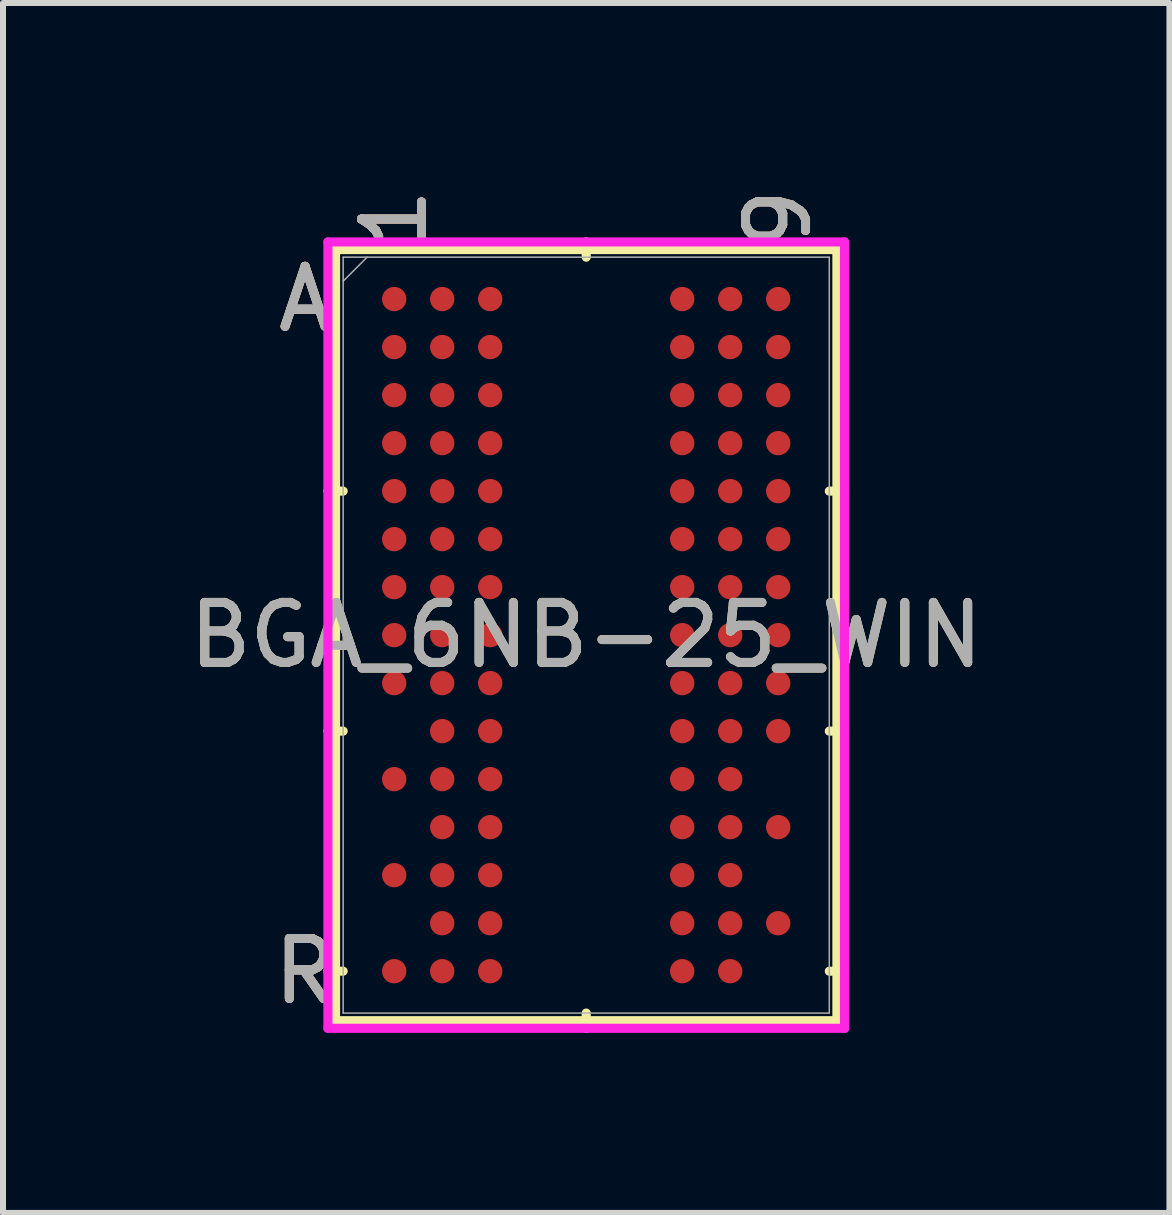
<source format=kicad_pcb>
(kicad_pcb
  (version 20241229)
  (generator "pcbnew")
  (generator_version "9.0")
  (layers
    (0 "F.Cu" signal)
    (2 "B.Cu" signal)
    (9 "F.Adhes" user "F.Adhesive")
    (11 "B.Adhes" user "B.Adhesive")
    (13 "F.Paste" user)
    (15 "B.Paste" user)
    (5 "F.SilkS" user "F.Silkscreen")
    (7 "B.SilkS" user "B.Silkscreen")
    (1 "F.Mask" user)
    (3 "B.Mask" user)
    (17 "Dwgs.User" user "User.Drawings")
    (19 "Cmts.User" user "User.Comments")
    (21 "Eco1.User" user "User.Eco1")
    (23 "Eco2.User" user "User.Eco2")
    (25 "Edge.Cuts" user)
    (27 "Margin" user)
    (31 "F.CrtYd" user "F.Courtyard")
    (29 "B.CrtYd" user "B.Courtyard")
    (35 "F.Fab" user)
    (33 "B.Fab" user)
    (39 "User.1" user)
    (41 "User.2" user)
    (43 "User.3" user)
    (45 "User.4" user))
  (footprint "BGA_6NB-25_WIN"
    (layer "F.Cu")
    (at 6.72 7.535)
    (property "Reference" "BGA_6NB-25_WIN" (at 0 0 0) (unlocked yes) (layer "F.SilkS") (effects (font (size 1 1) (thickness 0.15))))
    (attr smd)
    (fp_line (start -4.178 -6.426) (end -4.178 6.426) (stroke (width 0.152) (type solid)) (layer "F.SilkS"))
    (fp_line (start -4.178 6.426) (end 4.178 6.426) (stroke (width 0.152) (type solid)) (layer "F.SilkS"))
    (fp_line (start -4.051 -2.4) (end -4.305 -2.4) (stroke (width 0.152) (type solid)) (layer "F.SilkS"))
    (fp_line (start -4.051 1.6) (end -4.305 1.6) (stroke (width 0.152) (type solid)) (layer "F.SilkS"))
    (fp_line (start -4.051 5.601) (end -4.305 5.601) (stroke (width 0.152) (type solid)) (layer "F.SilkS"))
    (fp_line (start 0 -6.299) (end 0 -6.553) (stroke (width 0.152) (type solid)) (layer "F.SilkS"))
    (fp_line (start 0 6.299) (end 0 6.553) (stroke (width 0.152) (type solid)) (layer "F.SilkS"))
    (fp_line (start 4.051 -2.4) (end 4.305 -2.4) (stroke (width 0.152) (type solid)) (layer "F.SilkS"))
    (fp_line (start 4.051 1.6) (end 4.305 1.6) (stroke (width 0.152) (type solid)) (layer "F.SilkS"))
    (fp_line (start 4.051 5.601) (end 4.305 5.601) (stroke (width 0.152) (type solid)) (layer "F.SilkS"))
    (fp_line (start 4.178 -6.426) (end -4.178 -6.426) (stroke (width 0.152) (type solid)) (layer "F.SilkS"))
    (fp_line (start 4.178 6.426) (end 4.178 -6.426) (stroke (width 0.152) (type solid)) (layer "F.SilkS"))
    (fp_poly (pts (xy -4.045 -6.445) (xy 4.045 -6.445) (xy 4.045 6.445) (xy -4.045 6.445)) (stroke (width 0.1) (type solid)) (fill no) (layer "Eco2.User"))
    (fp_line (start -4.305 -6.553) (end 4.305 -6.553) (stroke (width 0.152) (type solid)) (layer "F.CrtYd"))
    (fp_line (start -4.305 6.553) (end -4.305 -6.553) (stroke (width 0.152) (type solid)) (layer "F.CrtYd"))
    (fp_line (start 4.305 -6.553) (end 4.305 6.553) (stroke (width 0.152) (type solid)) (layer "F.CrtYd"))
    (fp_line (start 4.305 6.553) (end -4.305 6.553) (stroke (width 0.152) (type solid)) (layer "F.CrtYd"))
    (fp_line (start -4.051 -6.299) (end -4.051 6.299) (stroke (width 0.025) (type solid)) (layer "F.Fab"))
    (fp_line (start -4.051 6.299) (end 4.051 6.299) (stroke (width 0.025) (type solid)) (layer "F.Fab"))
    (fp_line (start -3.651 -6.299) (end -4.051 -5.899) (stroke (width 0.025) (type solid)) (layer "F.Fab"))
    (fp_line (start 4.051 -6.299) (end -4.051 -6.299) (stroke (width 0.025) (type solid)) (layer "F.Fab"))
    (fp_line (start 4.051 6.299) (end 4.051 -6.299) (stroke (width 0.025) (type solid)) (layer "F.Fab"))
    (fp_text user "A" (at -4.686 -5.601 0) (unlocked yes) (layer "F.SilkS") (effects (font (size 1 1) (thickness 0.15))))
    (fp_text user "R" (at -4.686 5.601 0) (unlocked yes) (layer "F.SilkS") (effects (font (size 1 1) (thickness 0.15))))
    (fp_text user "1" (at -3.2 -6.934 90) (unlocked yes) (layer "F.SilkS") (effects (font (size 1 1) (thickness 0.15))))
    (fp_text user "9" (at 3.2 -6.934 90) (unlocked yes) (layer "F.SilkS") (effects (font (size 1 1) (thickness 0.15))))
    (fp_text user "1" (at -3.2 -6.934 90) (unlocked yes) (layer "B.SilkS") (effects (font (size 1 1) (thickness 0.15))))
    (fp_text user "9" (at 3.2 -6.934 90) (unlocked yes) (layer "B.SilkS") (effects (font (size 1 1) (thickness 0.15))))
    (fp_text user "A" (at -4.686 -5.601 0) (unlocked yes) (layer "B.SilkS") (effects (font (size 1 1) (thickness 0.15))))
    (fp_text user "R" (at -4.686 5.601 0) (unlocked yes) (layer "B.SilkS") (effects (font (size 1 1) (thickness 0.15))))
    (fp_text user "1" (at -3.2 -6.934 90) (unlocked yes) (layer "F.Fab") (effects (font (size 1 1) (thickness 0.15))))
    (fp_text user "${REFERENCE}" (at 0 0 0) (unlocked yes) (layer "F.Fab") (effects (font (size 1 1) (thickness 0.15))))
    (fp_text user "9" (at 3.2 -6.934 90) (unlocked yes) (layer "F.Fab") (effects (font (size 1 1) (thickness 0.15))))
    (fp_text user "A" (at -4.686 -5.601 0) (unlocked yes) (layer "F.Fab") (effects (font (size 1 1) (thickness 0.15))))
    (fp_text user "R" (at -4.686 5.601 0) (unlocked yes) (layer "F.Fab") (effects (font (size 1 1) (thickness 0.15))))
    (pad "A1" smd circle (at -3.2 -5.601) (size 0.406 0.406) (layers "F.Cu" "F.Mask" "F.Paste"))
    (pad "A2" smd circle (at -2.4 -5.601) (size 0.406 0.406) (layers "F.Cu" "F.Mask" "F.Paste"))
    (pad "A3" smd circle (at -1.6 -5.601) (size 0.406 0.406) (layers "F.Cu" "F.Mask" "F.Paste"))
    (pad "A7" smd circle (at 1.6 -5.601) (size 0.406 0.406) (layers "F.Cu" "F.Mask" "F.Paste"))
    (pad "A8" smd circle (at 2.4 -5.601) (size 0.406 0.406) (layers "F.Cu" "F.Mask" "F.Paste"))
    (pad "A9" smd circle (at 3.2 -5.601) (size 0.406 0.406) (layers "F.Cu" "F.Mask" "F.Paste"))
    (pad "B1" smd circle (at -3.2 -4.801) (size 0.406 0.406) (layers "F.Cu" "F.Mask" "F.Paste"))
    (pad "B2" smd circle (at -2.4 -4.801) (size 0.406 0.406) (layers "F.Cu" "F.Mask" "F.Paste"))
    (pad "B3" smd circle (at -1.6 -4.801) (size 0.406 0.406) (layers "F.Cu" "F.Mask" "F.Paste"))
    (pad "B7" smd circle (at 1.6 -4.801) (size 0.406 0.406) (layers "F.Cu" "F.Mask" "F.Paste"))
    (pad "B8" smd circle (at 2.4 -4.801) (size 0.406 0.406) (layers "F.Cu" "F.Mask" "F.Paste"))
    (pad "B9" smd circle (at 3.2 -4.801) (size 0.406 0.406) (layers "F.Cu" "F.Mask" "F.Paste"))
    (pad "C1" smd circle (at -3.2 -4) (size 0.406 0.406) (layers "F.Cu" "F.Mask" "F.Paste"))
    (pad "C2" smd circle (at -2.4 -4) (size 0.406 0.406) (layers "F.Cu" "F.Mask" "F.Paste"))
    (pad "C3" smd circle (at -1.6 -4) (size 0.406 0.406) (layers "F.Cu" "F.Mask" "F.Paste"))
    (pad "C7" smd circle (at 1.6 -4) (size 0.406 0.406) (layers "F.Cu" "F.Mask" "F.Paste"))
    (pad "C8" smd circle (at 2.4 -4) (size 0.406 0.406) (layers "F.Cu" "F.Mask" "F.Paste"))
    (pad "C9" smd circle (at 3.2 -4) (size 0.406 0.406) (layers "F.Cu" "F.Mask" "F.Paste"))
    (pad "D1" smd circle (at -3.2 -3.2) (size 0.406 0.406) (layers "F.Cu" "F.Mask" "F.Paste"))
    (pad "D2" smd circle (at -2.4 -3.2) (size 0.406 0.406) (layers "F.Cu" "F.Mask" "F.Paste"))
    (pad "D3" smd circle (at -1.6 -3.2) (size 0.406 0.406) (layers "F.Cu" "F.Mask" "F.Paste"))
    (pad "D7" smd circle (at 1.6 -3.2) (size 0.406 0.406) (layers "F.Cu" "F.Mask" "F.Paste"))
    (pad "D8" smd circle (at 2.4 -3.2) (size 0.406 0.406) (layers "F.Cu" "F.Mask" "F.Paste"))
    (pad "D9" smd circle (at 3.2 -3.2) (size 0.406 0.406) (layers "F.Cu" "F.Mask" "F.Paste"))
    (pad "E1" smd circle (at -3.2 -2.4) (size 0.406 0.406) (layers "F.Cu" "F.Mask" "F.Paste"))
    (pad "E2" smd circle (at -2.4 -2.4) (size 0.406 0.406) (layers "F.Cu" "F.Mask" "F.Paste"))
    (pad "E3" smd circle (at -1.6 -2.4) (size 0.406 0.406) (layers "F.Cu" "F.Mask" "F.Paste"))
    (pad "E7" smd circle (at 1.6 -2.4) (size 0.406 0.406) (layers "F.Cu" "F.Mask" "F.Paste"))
    (pad "E8" smd circle (at 2.4 -2.4) (size 0.406 0.406) (layers "F.Cu" "F.Mask" "F.Paste"))
    (pad "E9" smd circle (at 3.2 -2.4) (size 0.406 0.406) (layers "F.Cu" "F.Mask" "F.Paste"))
    (pad "F1" smd circle (at -3.2 -1.6) (size 0.406 0.406) (layers "F.Cu" "F.Mask" "F.Paste"))
    (pad "F2" smd circle (at -2.4 -1.6) (size 0.406 0.406) (layers "F.Cu" "F.Mask" "F.Paste"))
    (pad "F3" smd circle (at -1.6 -1.6) (size 0.406 0.406) (layers "F.Cu" "F.Mask" "F.Paste"))
    (pad "F7" smd circle (at 1.6 -1.6) (size 0.406 0.406) (layers "F.Cu" "F.Mask" "F.Paste"))
    (pad "F8" smd circle (at 2.4 -1.6) (size 0.406 0.406) (layers "F.Cu" "F.Mask" "F.Paste"))
    (pad "F9" smd circle (at 3.2 -1.6) (size 0.406 0.406) (layers "F.Cu" "F.Mask" "F.Paste"))
    (pad "G1" smd circle (at -3.2 -0.8) (size 0.406 0.406) (layers "F.Cu" "F.Mask" "F.Paste"))
    (pad "G2" smd circle (at -2.4 -0.8) (size 0.406 0.406) (layers "F.Cu" "F.Mask" "F.Paste"))
    (pad "G3" smd circle (at -1.6 -0.8) (size 0.406 0.406) (layers "F.Cu" "F.Mask" "F.Paste"))
    (pad "G7" smd circle (at 1.6 -0.8) (size 0.406 0.406) (layers "F.Cu" "F.Mask" "F.Paste"))
    (pad "G8" smd circle (at 2.4 -0.8) (size 0.406 0.406) (layers "F.Cu" "F.Mask" "F.Paste"))
    (pad "G9" smd circle (at 3.2 -0.8) (size 0.406 0.406) (layers "F.Cu" "F.Mask" "F.Paste"))
    (pad "H1" smd circle (at -3.2 0) (size 0.406 0.406) (layers "F.Cu" "F.Mask" "F.Paste"))
    (pad "H2" smd circle (at -2.4 0) (size 0.406 0.406) (layers "F.Cu" "F.Mask" "F.Paste"))
    (pad "H3" smd circle (at -1.6 0) (size 0.406 0.406) (layers "F.Cu" "F.Mask" "F.Paste"))
    (pad "H7" smd circle (at 1.6 0) (size 0.406 0.406) (layers "F.Cu" "F.Mask" "F.Paste"))
    (pad "H8" smd circle (at 2.4 0) (size 0.406 0.406) (layers "F.Cu" "F.Mask" "F.Paste"))
    (pad "H9" smd circle (at 3.2 0) (size 0.406 0.406) (layers "F.Cu" "F.Mask" "F.Paste"))
    (pad "J1" smd circle (at -3.2 0.8) (size 0.406 0.406) (layers "F.Cu" "F.Mask" "F.Paste"))
    (pad "J2" smd circle (at -2.4 0.8) (size 0.406 0.406) (layers "F.Cu" "F.Mask" "F.Paste"))
    (pad "J3" smd circle (at -1.6 0.8) (size 0.406 0.406) (layers "F.Cu" "F.Mask" "F.Paste"))
    (pad "J7" smd circle (at 1.6 0.8) (size 0.406 0.406) (layers "F.Cu" "F.Mask" "F.Paste"))
    (pad "J8" smd circle (at 2.4 0.8) (size 0.406 0.406) (layers "F.Cu" "F.Mask" "F.Paste"))
    (pad "J9" smd circle (at 3.2 0.8) (size 0.406 0.406) (layers "F.Cu" "F.Mask" "F.Paste"))
    (pad "K2" smd circle (at -2.4 1.6) (size 0.406 0.406) (layers "F.Cu" "F.Mask" "F.Paste"))
    (pad "K3" smd circle (at -1.6 1.6) (size 0.406 0.406) (layers "F.Cu" "F.Mask" "F.Paste"))
    (pad "K7" smd circle (at 1.6 1.6) (size 0.406 0.406) (layers "F.Cu" "F.Mask" "F.Paste"))
    (pad "K8" smd circle (at 2.4 1.6) (size 0.406 0.406) (layers "F.Cu" "F.Mask" "F.Paste"))
    (pad "K9" smd circle (at 3.2 1.6) (size 0.406 0.406) (layers "F.Cu" "F.Mask" "F.Paste"))
    (pad "L1" smd circle (at -3.2 2.4) (size 0.406 0.406) (layers "F.Cu" "F.Mask" "F.Paste"))
    (pad "L2" smd circle (at -2.4 2.4) (size 0.406 0.406) (layers "F.Cu" "F.Mask" "F.Paste"))
    (pad "L3" smd circle (at -1.6 2.4) (size 0.406 0.406) (layers "F.Cu" "F.Mask" "F.Paste"))
    (pad "L7" smd circle (at 1.6 2.4) (size 0.406 0.406) (layers "F.Cu" "F.Mask" "F.Paste"))
    (pad "L8" smd circle (at 2.4 2.4) (size 0.406 0.406) (layers "F.Cu" "F.Mask" "F.Paste"))
    (pad "M2" smd circle (at -2.4 3.2) (size 0.406 0.406) (layers "F.Cu" "F.Mask" "F.Paste"))
    (pad "M3" smd circle (at -1.6 3.2) (size 0.406 0.406) (layers "F.Cu" "F.Mask" "F.Paste"))
    (pad "M7" smd circle (at 1.6 3.2) (size 0.406 0.406) (layers "F.Cu" "F.Mask" "F.Paste"))
    (pad "M8" smd circle (at 2.4 3.2) (size 0.406 0.406) (layers "F.Cu" "F.Mask" "F.Paste"))
    (pad "M9" smd circle (at 3.2 3.2) (size 0.406 0.406) (layers "F.Cu" "F.Mask" "F.Paste"))
    (pad "N1" smd circle (at -3.2 4) (size 0.406 0.406) (layers "F.Cu" "F.Mask" "F.Paste"))
    (pad "N2" smd circle (at -2.4 4) (size 0.406 0.406) (layers "F.Cu" "F.Mask" "F.Paste"))
    (pad "N3" smd circle (at -1.6 4) (size 0.406 0.406) (layers "F.Cu" "F.Mask" "F.Paste"))
    (pad "N7" smd circle (at 1.6 4) (size 0.406 0.406) (layers "F.Cu" "F.Mask" "F.Paste"))
    (pad "N8" smd circle (at 2.4 4) (size 0.406 0.406) (layers "F.Cu" "F.Mask" "F.Paste"))
    (pad "P2" smd circle (at -2.4 4.801) (size 0.406 0.406) (layers "F.Cu" "F.Mask" "F.Paste"))
    (pad "P3" smd circle (at -1.6 4.801) (size 0.406 0.406) (layers "F.Cu" "F.Mask" "F.Paste"))
    (pad "P7" smd circle (at 1.6 4.801) (size 0.406 0.406) (layers "F.Cu" "F.Mask" "F.Paste"))
    (pad "P8" smd circle (at 2.4 4.801) (size 0.406 0.406) (layers "F.Cu" "F.Mask" "F.Paste"))
    (pad "P9" smd circle (at 3.2 4.801) (size 0.406 0.406) (layers "F.Cu" "F.Mask" "F.Paste"))
    (pad "R1" smd circle (at -3.2 5.601) (size 0.406 0.406) (layers "F.Cu" "F.Mask" "F.Paste"))
    (pad "R2" smd circle (at -2.4 5.601) (size 0.406 0.406) (layers "F.Cu" "F.Mask" "F.Paste"))
    (pad "R3" smd circle (at -1.6 5.601) (size 0.406 0.406) (layers "F.Cu" "F.Mask" "F.Paste"))
    (pad "R7" smd circle (at 1.6 5.601) (size 0.406 0.406) (layers "F.Cu" "F.Mask" "F.Paste"))
    (pad "R8" smd circle (at 2.4 5.601) (size 0.406 0.406) (layers "F.Cu" "F.Mask" "F.Paste")))
  (gr_rect
    (start -3 -3)
    (end 16.44 17.165)
    (stroke (width 0.1) (type default))
    (fill no)
    (layer "Edge.Cuts")))
</source>
